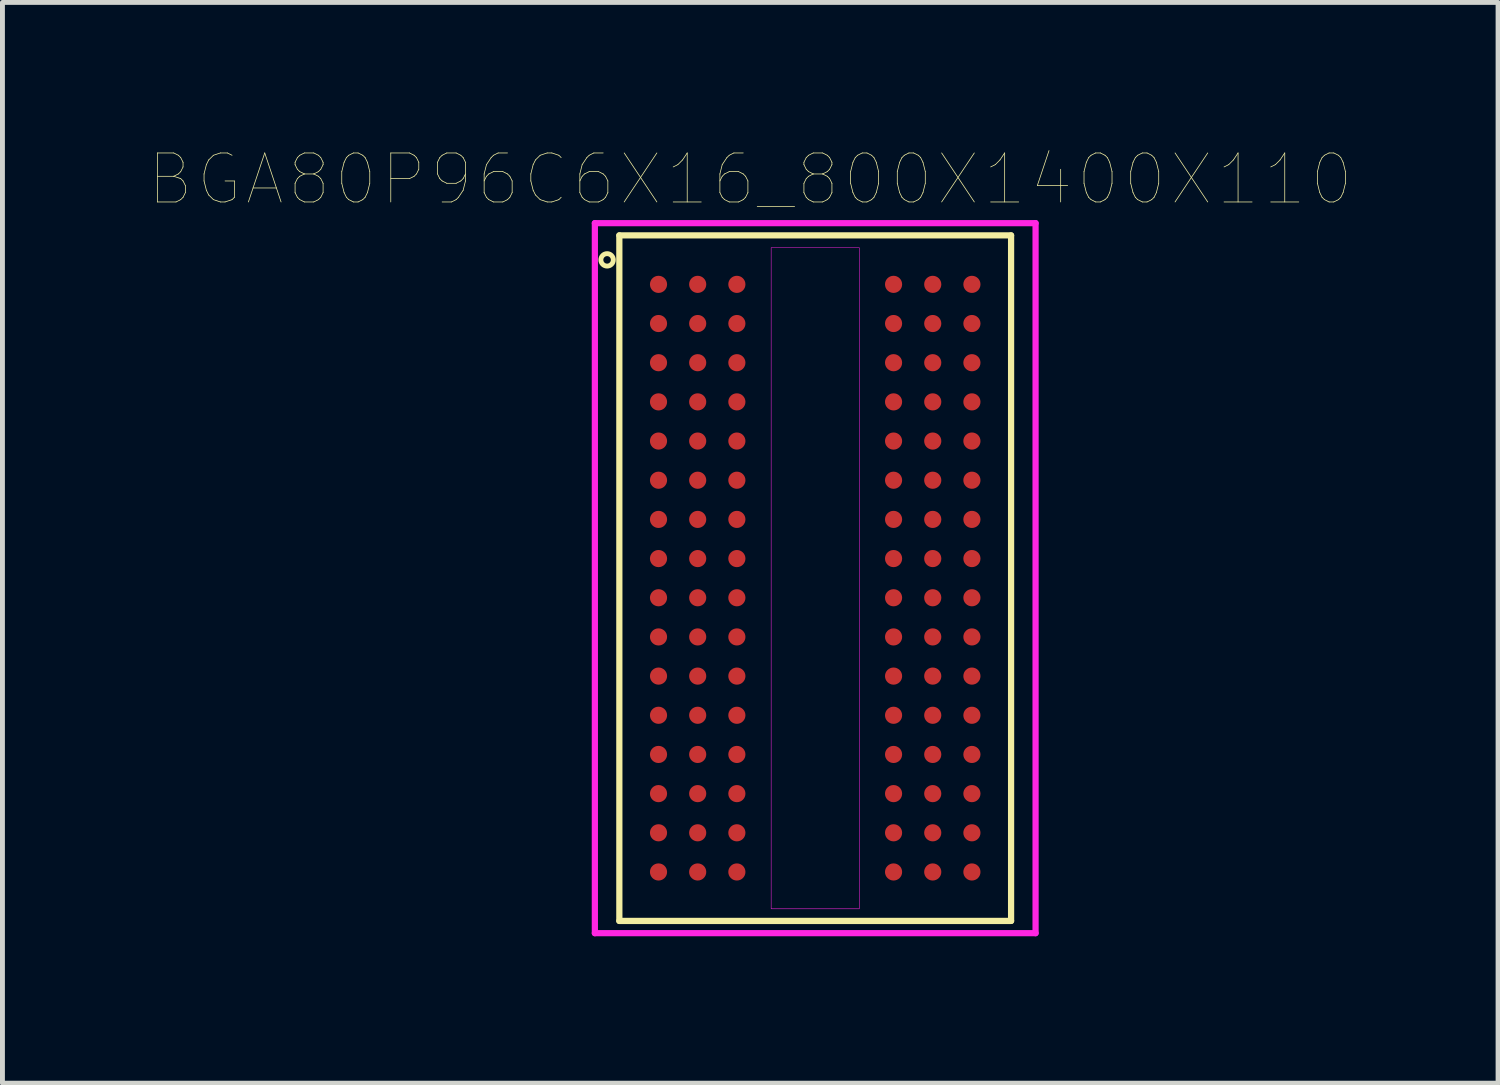
<source format=kicad_pcb>
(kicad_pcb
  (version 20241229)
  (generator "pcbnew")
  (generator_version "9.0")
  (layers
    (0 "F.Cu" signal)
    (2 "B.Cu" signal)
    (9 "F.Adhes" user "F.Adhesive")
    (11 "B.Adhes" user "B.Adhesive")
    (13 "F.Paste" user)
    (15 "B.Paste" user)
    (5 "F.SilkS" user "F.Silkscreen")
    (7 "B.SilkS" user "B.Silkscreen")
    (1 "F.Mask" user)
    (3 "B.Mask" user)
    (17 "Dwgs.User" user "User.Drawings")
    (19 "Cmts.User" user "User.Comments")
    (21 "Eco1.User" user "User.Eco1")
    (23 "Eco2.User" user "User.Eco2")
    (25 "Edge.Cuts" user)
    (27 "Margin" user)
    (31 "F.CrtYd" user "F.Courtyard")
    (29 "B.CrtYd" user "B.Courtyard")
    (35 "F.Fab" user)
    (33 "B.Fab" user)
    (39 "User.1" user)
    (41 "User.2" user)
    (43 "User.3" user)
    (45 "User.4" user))
  (footprint "BGA80P96C6X16_800X1400X110"
    (layer "F.Cu")
    (at 13.598 8.757)
    (property "Reference" "BGA80P96C6X16_800X1400X110" (at -1.327 -8.145 0) (layer "F.SilkS") (effects (font (size 1.001 1.001) (thickness 0.015))))
    (attr through_hole)
    (fp_line (start -4 -7) (end -4 7) (stroke (width 0.127) (type solid)) (layer "F.SilkS"))
    (fp_line (start -4 7) (end 4 7) (stroke (width 0.127) (type solid)) (layer "F.SilkS"))
    (fp_line (start 4 -7) (end -4 -7) (stroke (width 0.127) (type solid)) (layer "F.SilkS"))
    (fp_line (start 4 7) (end 4 -7) (stroke (width 0.127) (type solid)) (layer "F.SilkS"))
    (fp_circle (center -4.25 -6.5) (end -4.123 -6.5) (stroke (width 0.1) (type solid)) (fill no) (layer "F.SilkS"))
    (fp_line (start -4.5 -7.25) (end 4.5 -7.25) (stroke (width 0.127) (type solid)) (layer "F.CrtYd"))
    (fp_line (start -4.5 7.25) (end -4.5 -7.25) (stroke (width 0.127) (type solid)) (layer "F.CrtYd"))
    (fp_line (start 4.5 -7.25) (end 4.5 7.25) (stroke (width 0.127) (type solid)) (layer "F.CrtYd"))
    (fp_line (start 4.5 7.25) (end -4.5 7.25) (stroke (width 0.127) (type solid)) (layer "F.CrtYd"))
    (fp_poly (pts (xy -0.9 -6.75) (xy 0.9 -6.75) (xy 0.9 6.752) (xy -0.9 6.752)) (stroke (width 0.01) (type solid)) (fill no) (layer "F.CrtYd"))
    (pad "A1" smd circle (at -3.2 -6) (size 0.35 0.35) (layers "F.Cu" "F.Mask" "F.Paste"))
    (pad "A2" smd circle (at -2.4 -6) (size 0.35 0.35) (layers "F.Cu" "F.Mask" "F.Paste"))
    (pad "A3" smd circle (at -1.6 -6) (size 0.35 0.35) (layers "F.Cu" "F.Mask" "F.Paste"))
    (pad "A7" smd circle (at 1.6 -6) (size 0.35 0.35) (layers "F.Cu" "F.Mask" "F.Paste"))
    (pad "A8" smd circle (at 2.4 -6) (size 0.35 0.35) (layers "F.Cu" "F.Mask" "F.Paste"))
    (pad "A9" smd circle (at 3.2 -6) (size 0.35 0.35) (layers "F.Cu" "F.Mask" "F.Paste"))
    (pad "B1" smd circle (at -3.2 -5.2) (size 0.35 0.35) (layers "F.Cu" "F.Mask" "F.Paste"))
    (pad "B2" smd circle (at -2.4 -5.2) (size 0.35 0.35) (layers "F.Cu" "F.Mask" "F.Paste"))
    (pad "B3" smd circle (at -1.6 -5.2) (size 0.35 0.35) (layers "F.Cu" "F.Mask" "F.Paste"))
    (pad "B7" smd circle (at 1.6 -5.2) (size 0.35 0.35) (layers "F.Cu" "F.Mask" "F.Paste"))
    (pad "B8" smd circle (at 2.4 -5.2) (size 0.35 0.35) (layers "F.Cu" "F.Mask" "F.Paste"))
    (pad "B9" smd circle (at 3.2 -5.2) (size 0.35 0.35) (layers "F.Cu" "F.Mask" "F.Paste"))
    (pad "C1" smd circle (at -3.2 -4.4) (size 0.35 0.35) (layers "F.Cu" "F.Mask" "F.Paste"))
    (pad "C2" smd circle (at -2.4 -4.4) (size 0.35 0.35) (layers "F.Cu" "F.Mask" "F.Paste"))
    (pad "C3" smd circle (at -1.6 -4.4) (size 0.35 0.35) (layers "F.Cu" "F.Mask" "F.Paste"))
    (pad "C7" smd circle (at 1.6 -4.4) (size 0.35 0.35) (layers "F.Cu" "F.Mask" "F.Paste"))
    (pad "C8" smd circle (at 2.4 -4.4) (size 0.35 0.35) (layers "F.Cu" "F.Mask" "F.Paste"))
    (pad "C9" smd circle (at 3.2 -4.4) (size 0.35 0.35) (layers "F.Cu" "F.Mask" "F.Paste"))
    (pad "D1" smd circle (at -3.2 -3.6) (size 0.35 0.35) (layers "F.Cu" "F.Mask" "F.Paste"))
    (pad "D2" smd circle (at -2.4 -3.6) (size 0.35 0.35) (layers "F.Cu" "F.Mask" "F.Paste"))
    (pad "D3" smd circle (at -1.6 -3.6) (size 0.35 0.35) (layers "F.Cu" "F.Mask" "F.Paste"))
    (pad "D7" smd circle (at 1.6 -3.6) (size 0.35 0.35) (layers "F.Cu" "F.Mask" "F.Paste"))
    (pad "D8" smd circle (at 2.4 -3.6) (size 0.35 0.35) (layers "F.Cu" "F.Mask" "F.Paste"))
    (pad "D9" smd circle (at 3.2 -3.6) (size 0.35 0.35) (layers "F.Cu" "F.Mask" "F.Paste"))
    (pad "E1" smd circle (at -3.2 -2.8) (size 0.35 0.35) (layers "F.Cu" "F.Mask" "F.Paste"))
    (pad "E2" smd circle (at -2.4 -2.8) (size 0.35 0.35) (layers "F.Cu" "F.Mask" "F.Paste"))
    (pad "E3" smd circle (at -1.6 -2.8) (size 0.35 0.35) (layers "F.Cu" "F.Mask" "F.Paste"))
    (pad "E7" smd circle (at 1.6 -2.8) (size 0.35 0.35) (layers "F.Cu" "F.Mask" "F.Paste"))
    (pad "E8" smd circle (at 2.4 -2.8) (size 0.35 0.35) (layers "F.Cu" "F.Mask" "F.Paste"))
    (pad "E9" smd circle (at 3.2 -2.8) (size 0.35 0.35) (layers "F.Cu" "F.Mask" "F.Paste"))
    (pad "F1" smd circle (at -3.2 -2) (size 0.35 0.35) (layers "F.Cu" "F.Mask" "F.Paste"))
    (pad "F2" smd circle (at -2.4 -2) (size 0.35 0.35) (layers "F.Cu" "F.Mask" "F.Paste"))
    (pad "F3" smd circle (at -1.6 -2) (size 0.35 0.35) (layers "F.Cu" "F.Mask" "F.Paste"))
    (pad "F7" smd circle (at 1.6 -2) (size 0.35 0.35) (layers "F.Cu" "F.Mask" "F.Paste"))
    (pad "F8" smd circle (at 2.4 -2) (size 0.35 0.35) (layers "F.Cu" "F.Mask" "F.Paste"))
    (pad "F9" smd circle (at 3.2 -2) (size 0.35 0.35) (layers "F.Cu" "F.Mask" "F.Paste"))
    (pad "G1" smd circle (at -3.2 -1.2) (size 0.35 0.35) (layers "F.Cu" "F.Mask" "F.Paste"))
    (pad "G2" smd circle (at -2.4 -1.2) (size 0.35 0.35) (layers "F.Cu" "F.Mask" "F.Paste"))
    (pad "G3" smd circle (at -1.6 -1.2) (size 0.35 0.35) (layers "F.Cu" "F.Mask" "F.Paste"))
    (pad "G7" smd circle (at 1.6 -1.2) (size 0.35 0.35) (layers "F.Cu" "F.Mask" "F.Paste"))
    (pad "G8" smd circle (at 2.4 -1.2) (size 0.35 0.35) (layers "F.Cu" "F.Mask" "F.Paste"))
    (pad "G9" smd circle (at 3.2 -1.2) (size 0.35 0.35) (layers "F.Cu" "F.Mask" "F.Paste"))
    (pad "H1" smd circle (at -3.2 -0.4) (size 0.35 0.35) (layers "F.Cu" "F.Mask" "F.Paste"))
    (pad "H2" smd circle (at -2.4 -0.4) (size 0.35 0.35) (layers "F.Cu" "F.Mask" "F.Paste"))
    (pad "H3" smd circle (at -1.6 -0.4) (size 0.35 0.35) (layers "F.Cu" "F.Mask" "F.Paste"))
    (pad "H7" smd circle (at 1.6 -0.4) (size 0.35 0.35) (layers "F.Cu" "F.Mask" "F.Paste"))
    (pad "H8" smd circle (at 2.4 -0.4) (size 0.35 0.35) (layers "F.Cu" "F.Mask" "F.Paste"))
    (pad "H9" smd circle (at 3.2 -0.4) (size 0.35 0.35) (layers "F.Cu" "F.Mask" "F.Paste"))
    (pad "J1" smd circle (at -3.2 0.4) (size 0.35 0.35) (layers "F.Cu" "F.Mask" "F.Paste"))
    (pad "J2" smd circle (at -2.4 0.4) (size 0.35 0.35) (layers "F.Cu" "F.Mask" "F.Paste"))
    (pad "J3" smd circle (at -1.6 0.4) (size 0.35 0.35) (layers "F.Cu" "F.Mask" "F.Paste"))
    (pad "J7" smd circle (at 1.6 0.4) (size 0.35 0.35) (layers "F.Cu" "F.Mask" "F.Paste"))
    (pad "J8" smd circle (at 2.4 0.4) (size 0.35 0.35) (layers "F.Cu" "F.Mask" "F.Paste"))
    (pad "J9" smd circle (at 3.2 0.4) (size 0.35 0.35) (layers "F.Cu" "F.Mask" "F.Paste"))
    (pad "K1" smd circle (at -3.2 1.2) (size 0.35 0.35) (layers "F.Cu" "F.Mask" "F.Paste"))
    (pad "K2" smd circle (at -2.4 1.2) (size 0.35 0.35) (layers "F.Cu" "F.Mask" "F.Paste"))
    (pad "K3" smd circle (at -1.6 1.2) (size 0.35 0.35) (layers "F.Cu" "F.Mask" "F.Paste"))
    (pad "K7" smd circle (at 1.6 1.2) (size 0.35 0.35) (layers "F.Cu" "F.Mask" "F.Paste"))
    (pad "K8" smd circle (at 2.4 1.2) (size 0.35 0.35) (layers "F.Cu" "F.Mask" "F.Paste"))
    (pad "K9" smd circle (at 3.2 1.2) (size 0.35 0.35) (layers "F.Cu" "F.Mask" "F.Paste"))
    (pad "L1" smd circle (at -3.2 2) (size 0.35 0.35) (layers "F.Cu" "F.Mask" "F.Paste"))
    (pad "L2" smd circle (at -2.4 2) (size 0.35 0.35) (layers "F.Cu" "F.Mask" "F.Paste"))
    (pad "L3" smd circle (at -1.6 2) (size 0.35 0.35) (layers "F.Cu" "F.Mask" "F.Paste"))
    (pad "L7" smd circle (at 1.6 2) (size 0.35 0.35) (layers "F.Cu" "F.Mask" "F.Paste"))
    (pad "L8" smd circle (at 2.4 2) (size 0.35 0.35) (layers "F.Cu" "F.Mask" "F.Paste"))
    (pad "L9" smd circle (at 3.2 2) (size 0.35 0.35) (layers "F.Cu" "F.Mask" "F.Paste"))
    (pad "M1" smd circle (at -3.2 2.8) (size 0.35 0.35) (layers "F.Cu" "F.Mask" "F.Paste"))
    (pad "M2" smd circle (at -2.4 2.8) (size 0.35 0.35) (layers "F.Cu" "F.Mask" "F.Paste"))
    (pad "M3" smd circle (at -1.6 2.8) (size 0.35 0.35) (layers "F.Cu" "F.Mask" "F.Paste"))
    (pad "M7" smd circle (at 1.6 2.8) (size 0.35 0.35) (layers "F.Cu" "F.Mask" "F.Paste"))
    (pad "M8" smd circle (at 2.4 2.8) (size 0.35 0.35) (layers "F.Cu" "F.Mask" "F.Paste"))
    (pad "M9" smd circle (at 3.2 2.8) (size 0.35 0.35) (layers "F.Cu" "F.Mask" "F.Paste"))
    (pad "N1" smd circle (at -3.2 3.6) (size 0.35 0.35) (layers "F.Cu" "F.Mask" "F.Paste"))
    (pad "N2" smd circle (at -2.4 3.6) (size 0.35 0.35) (layers "F.Cu" "F.Mask" "F.Paste"))
    (pad "N3" smd circle (at -1.6 3.6) (size 0.35 0.35) (layers "F.Cu" "F.Mask" "F.Paste"))
    (pad "N7" smd circle (at 1.6 3.6) (size 0.35 0.35) (layers "F.Cu" "F.Mask" "F.Paste"))
    (pad "N8" smd circle (at 2.4 3.6) (size 0.35 0.35) (layers "F.Cu" "F.Mask" "F.Paste"))
    (pad "N9" smd circle (at 3.2 3.6) (size 0.35 0.35) (layers "F.Cu" "F.Mask" "F.Paste"))
    (pad "P1" smd circle (at -3.2 4.4) (size 0.35 0.35) (layers "F.Cu" "F.Mask" "F.Paste"))
    (pad "P2" smd circle (at -2.4 4.4) (size 0.35 0.35) (layers "F.Cu" "F.Mask" "F.Paste"))
    (pad "P3" smd circle (at -1.6 4.4) (size 0.35 0.35) (layers "F.Cu" "F.Mask" "F.Paste"))
    (pad "P7" smd circle (at 1.6 4.4) (size 0.35 0.35) (layers "F.Cu" "F.Mask" "F.Paste"))
    (pad "P8" smd circle (at 2.4 4.4) (size 0.35 0.35) (layers "F.Cu" "F.Mask" "F.Paste"))
    (pad "P9" smd circle (at 3.2 4.4) (size 0.35 0.35) (layers "F.Cu" "F.Mask" "F.Paste"))
    (pad "R1" smd circle (at -3.2 5.2) (size 0.35 0.35) (layers "F.Cu" "F.Mask" "F.Paste"))
    (pad "R2" smd circle (at -2.4 5.2) (size 0.35 0.35) (layers "F.Cu" "F.Mask" "F.Paste"))
    (pad "R3" smd circle (at -1.6 5.2) (size 0.35 0.35) (layers "F.Cu" "F.Mask" "F.Paste"))
    (pad "R7" smd circle (at 1.6 5.2) (size 0.35 0.35) (layers "F.Cu" "F.Mask" "F.Paste"))
    (pad "R8" smd circle (at 2.4 5.2) (size 0.35 0.35) (layers "F.Cu" "F.Mask" "F.Paste"))
    (pad "R9" smd circle (at 3.2 5.2) (size 0.35 0.35) (layers "F.Cu" "F.Mask" "F.Paste"))
    (pad "T1" smd circle (at -3.2 6) (size 0.35 0.35) (layers "F.Cu" "F.Mask" "F.Paste"))
    (pad "T2" smd circle (at -2.4 6) (size 0.35 0.35) (layers "F.Cu" "F.Mask" "F.Paste"))
    (pad "T3" smd circle (at -1.6 6) (size 0.35 0.35) (layers "F.Cu" "F.Mask" "F.Paste"))
    (pad "T7" smd circle (at 1.6 6) (size 0.35 0.35) (layers "F.Cu" "F.Mask" "F.Paste"))
    (pad "T8" smd circle (at 2.4 6) (size 0.35 0.35) (layers "F.Cu" "F.Mask" "F.Paste"))
    (pad "T9" smd circle (at 3.2 6) (size 0.35 0.35) (layers "F.Cu" "F.Mask" "F.Paste")))
  (gr_rect
    (start -3 -3)
    (end 27.543 19.071)
    (stroke (width 0.1) (type default))
    (fill no)
    (layer "Edge.Cuts")))
</source>
